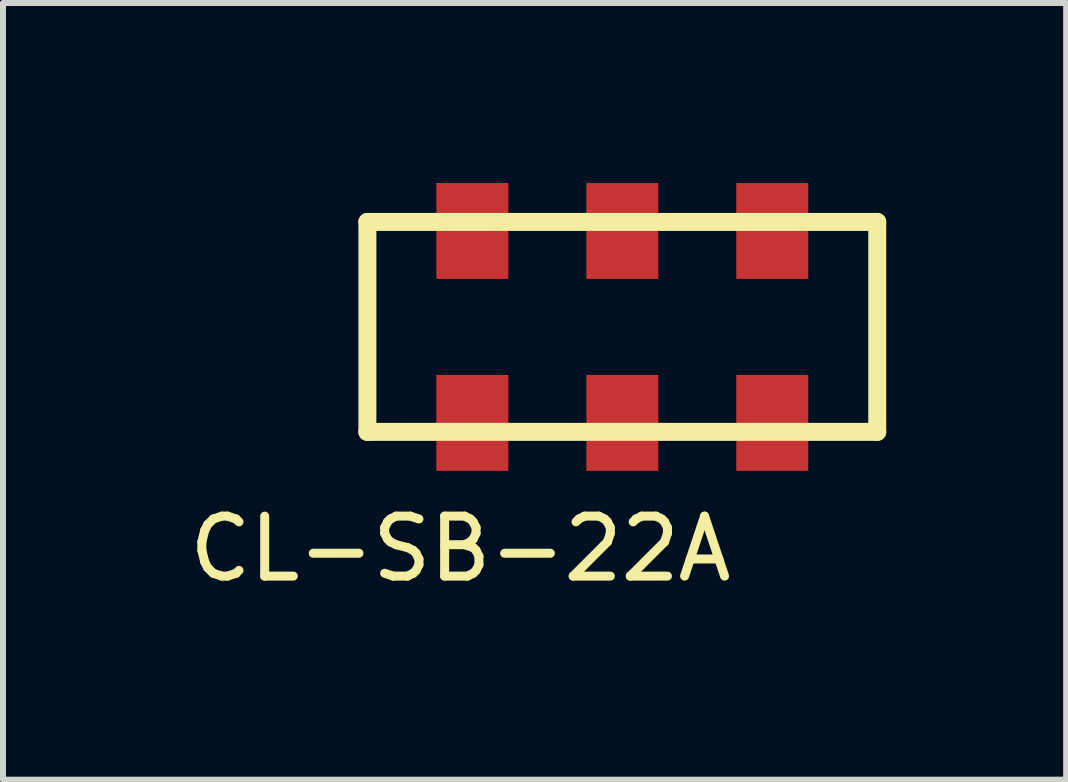
<source format=kicad_pcb>
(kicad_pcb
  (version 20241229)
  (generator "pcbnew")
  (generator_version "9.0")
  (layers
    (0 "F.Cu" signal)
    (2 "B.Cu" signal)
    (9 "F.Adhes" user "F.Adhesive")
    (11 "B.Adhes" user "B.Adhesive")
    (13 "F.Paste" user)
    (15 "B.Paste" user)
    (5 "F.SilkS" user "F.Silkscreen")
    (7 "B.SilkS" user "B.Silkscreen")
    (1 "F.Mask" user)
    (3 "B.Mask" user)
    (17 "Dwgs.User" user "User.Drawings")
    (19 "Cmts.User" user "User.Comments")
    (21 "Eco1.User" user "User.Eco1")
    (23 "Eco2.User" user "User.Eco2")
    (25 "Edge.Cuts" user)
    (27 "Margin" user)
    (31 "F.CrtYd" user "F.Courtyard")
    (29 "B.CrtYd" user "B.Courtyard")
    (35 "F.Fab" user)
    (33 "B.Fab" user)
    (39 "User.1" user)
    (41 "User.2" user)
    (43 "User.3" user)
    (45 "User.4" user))
  (footprint "CL-SB-22A"
    (layer "F.Cu")
    (at 7.325 2.4)
    (property "Reference" "CL-SB-22A" (at -2.7 3.7 180) (layer "F.SilkS") (effects (font (size 1 1) (thickness 0.15))))
    (attr through_hole)
    (fp_line (start -4.25 -1.75) (end 4.25 -1.75) (stroke (width 0.3) (type solid)) (layer "F.SilkS"))
    (fp_line (start -4.25 1.75) (end -4.25 -1.75) (stroke (width 0.3) (type solid)) (layer "F.SilkS"))
    (fp_line (start 4.25 -1.75) (end 4.25 1.75) (stroke (width 0.3) (type solid)) (layer "F.SilkS"))
    (fp_line (start 4.25 1.75) (end -4.25 1.75) (stroke (width 0.3) (type solid)) (layer "F.SilkS"))
    (pad "1" smd rect (at -2.5 1.6) (size 1.2 1.6) (layers "F.Cu" "F.Mask" "F.Paste"))
    (pad "2" smd rect (at 0 1.6) (size 1.2 1.6) (layers "F.Cu" "F.Mask" "F.Paste"))
    (pad "3" smd rect (at 2.5 1.6) (size 1.2 1.6) (layers "F.Cu" "F.Mask" "F.Paste"))
    (pad "4" smd rect (at -2.5 -1.6) (size 1.2 1.6) (layers "F.Cu" "F.Mask" "F.Paste"))
    (pad "5" smd rect (at 0 -1.6) (size 1.2 1.6) (layers "F.Cu" "F.Mask" "F.Paste"))
    (pad "6" smd rect (at 2.5 -1.6) (size 1.2 1.6) (layers "F.Cu" "F.Mask" "F.Paste")))
  (gr_rect
    (start -3 -3)
    (end 14.725 9.948)
    (stroke (width 0.1) (type default))
    (fill no)
    (layer "Edge.Cuts")))
</source>
